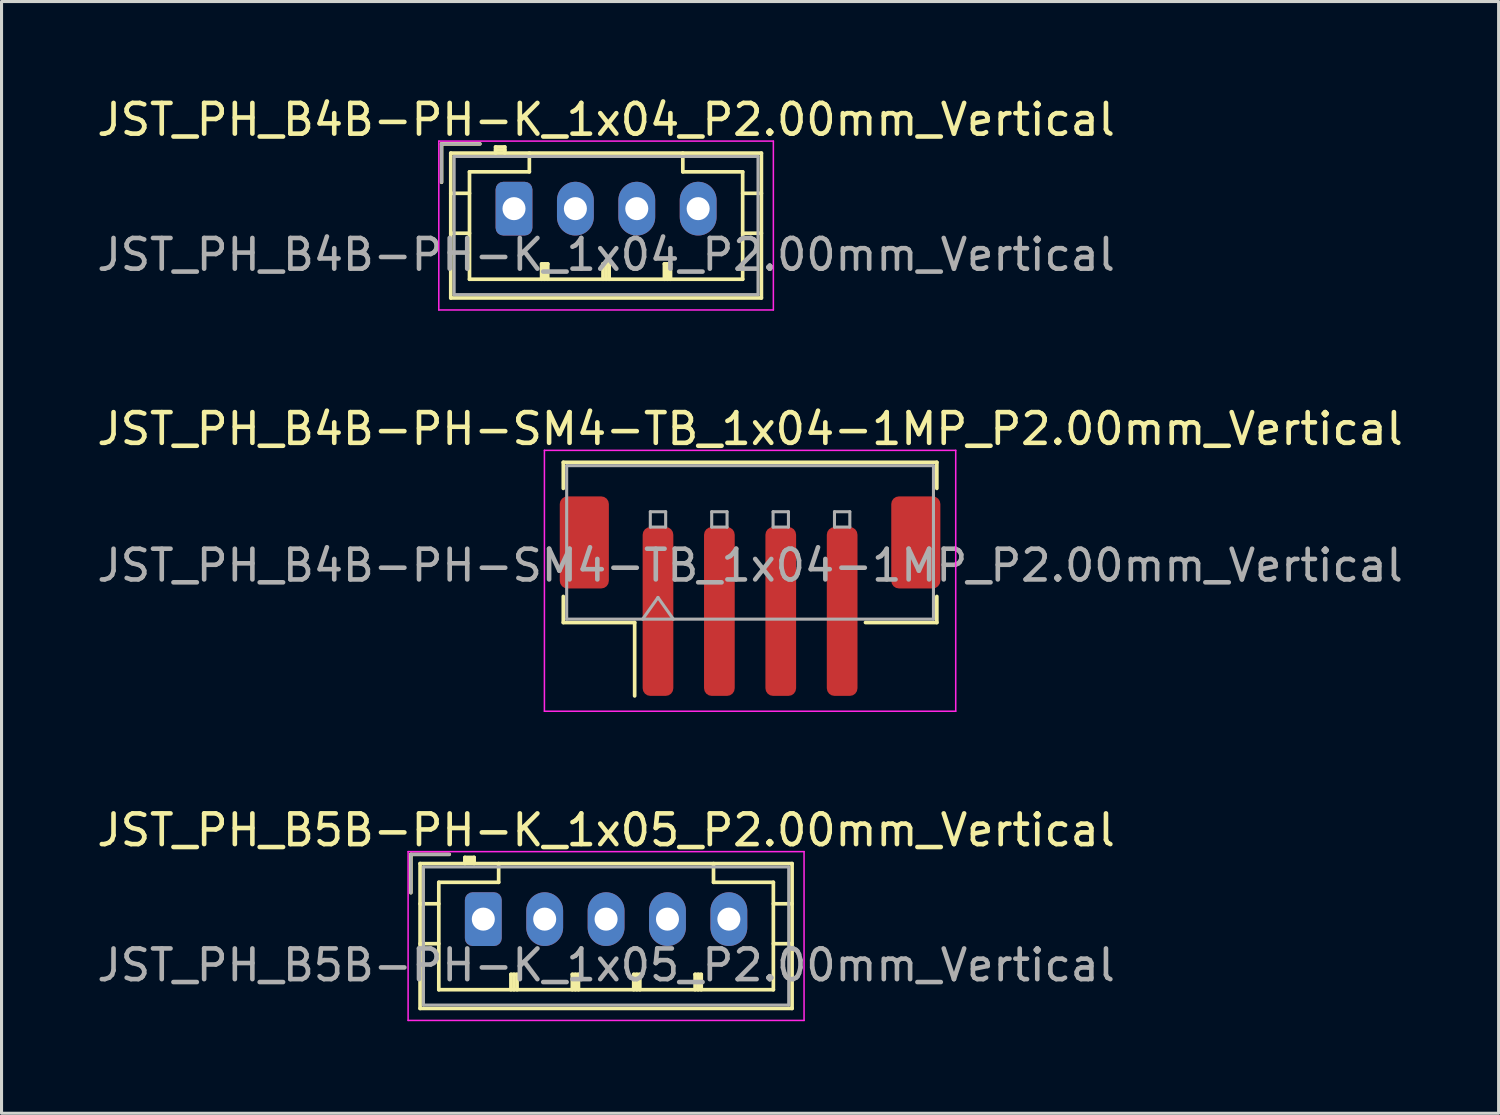
<source format=kicad_pcb>
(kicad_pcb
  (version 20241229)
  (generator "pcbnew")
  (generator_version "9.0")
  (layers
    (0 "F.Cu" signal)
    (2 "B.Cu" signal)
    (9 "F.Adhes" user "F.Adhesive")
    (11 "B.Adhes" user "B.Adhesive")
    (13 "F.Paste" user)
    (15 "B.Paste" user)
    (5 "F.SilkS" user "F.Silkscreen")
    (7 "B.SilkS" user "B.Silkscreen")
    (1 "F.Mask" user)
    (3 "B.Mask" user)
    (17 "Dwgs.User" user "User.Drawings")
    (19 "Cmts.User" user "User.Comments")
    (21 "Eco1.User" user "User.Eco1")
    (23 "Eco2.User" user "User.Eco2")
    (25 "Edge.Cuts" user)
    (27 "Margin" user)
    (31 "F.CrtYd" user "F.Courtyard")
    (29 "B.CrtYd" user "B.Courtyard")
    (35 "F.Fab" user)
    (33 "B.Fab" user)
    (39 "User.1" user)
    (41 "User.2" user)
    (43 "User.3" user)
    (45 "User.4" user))
  (footprint "JST_PH_B5B-PH-K_1x05_P2.00mm_Vertical"
    (layer "F.Cu")
    (at 12.696 26.895)
    (property "Reference" "JST_PH_B5B-PH-K_1x05_P2.00mm_Vertical" (at 4 -2.9 0) (layer "F.SilkS") (effects (font (size 1 1) (thickness 0.15))))
    (attr through_hole)
    (fp_line (start -2.36 -2.11) (end -2.36 -0.86) (stroke (width 0.12) (type solid)) (layer "F.SilkS"))
    (fp_line (start -2.06 -1.81) (end -2.06 2.91) (stroke (width 0.12) (type solid)) (layer "F.SilkS"))
    (fp_line (start -2.06 -0.5) (end -1.45 -0.5) (stroke (width 0.12) (type solid)) (layer "F.SilkS"))
    (fp_line (start -2.06 0.8) (end -1.45 0.8) (stroke (width 0.12) (type solid)) (layer "F.SilkS"))
    (fp_line (start -2.06 2.91) (end 10.06 2.91) (stroke (width 0.12) (type solid)) (layer "F.SilkS"))
    (fp_line (start -1.45 -1.2) (end -1.45 2.3) (stroke (width 0.12) (type solid)) (layer "F.SilkS"))
    (fp_line (start -1.45 2.3) (end 9.45 2.3) (stroke (width 0.12) (type solid)) (layer "F.SilkS"))
    (fp_line (start -1.11 -2.11) (end -2.36 -2.11) (stroke (width 0.12) (type solid)) (layer "F.SilkS"))
    (fp_line (start -0.6 -2.01) (end -0.6 -1.81) (stroke (width 0.12) (type solid)) (layer "F.SilkS"))
    (fp_line (start -0.3 -2.01) (end -0.6 -2.01) (stroke (width 0.12) (type solid)) (layer "F.SilkS"))
    (fp_line (start -0.3 -1.91) (end -0.6 -1.91) (stroke (width 0.12) (type solid)) (layer "F.SilkS"))
    (fp_line (start -0.3 -1.81) (end -0.3 -2.01) (stroke (width 0.12) (type solid)) (layer "F.SilkS"))
    (fp_line (start 0.5 -1.81) (end 0.5 -1.2) (stroke (width 0.12) (type solid)) (layer "F.SilkS"))
    (fp_line (start 0.5 -1.2) (end -1.45 -1.2) (stroke (width 0.12) (type solid)) (layer "F.SilkS"))
    (fp_line (start 0.9 1.8) (end 1.1 1.8) (stroke (width 0.12) (type solid)) (layer "F.SilkS"))
    (fp_line (start 0.9 2.3) (end 0.9 1.8) (stroke (width 0.12) (type solid)) (layer "F.SilkS"))
    (fp_line (start 1 2.3) (end 1 1.8) (stroke (width 0.12) (type solid)) (layer "F.SilkS"))
    (fp_line (start 1.1 1.8) (end 1.1 2.3) (stroke (width 0.12) (type solid)) (layer "F.SilkS"))
    (fp_line (start 2.9 1.8) (end 3.1 1.8) (stroke (width 0.12) (type solid)) (layer "F.SilkS"))
    (fp_line (start 2.9 2.3) (end 2.9 1.8) (stroke (width 0.12) (type solid)) (layer "F.SilkS"))
    (fp_line (start 3 2.3) (end 3 1.8) (stroke (width 0.12) (type solid)) (layer "F.SilkS"))
    (fp_line (start 3.1 1.8) (end 3.1 2.3) (stroke (width 0.12) (type solid)) (layer "F.SilkS"))
    (fp_line (start 4.9 1.8) (end 5.1 1.8) (stroke (width 0.12) (type solid)) (layer "F.SilkS"))
    (fp_line (start 4.9 2.3) (end 4.9 1.8) (stroke (width 0.12) (type solid)) (layer "F.SilkS"))
    (fp_line (start 5 2.3) (end 5 1.8) (stroke (width 0.12) (type solid)) (layer "F.SilkS"))
    (fp_line (start 5.1 1.8) (end 5.1 2.3) (stroke (width 0.12) (type solid)) (layer "F.SilkS"))
    (fp_line (start 6.9 1.8) (end 7.1 1.8) (stroke (width 0.12) (type solid)) (layer "F.SilkS"))
    (fp_line (start 6.9 2.3) (end 6.9 1.8) (stroke (width 0.12) (type solid)) (layer "F.SilkS"))
    (fp_line (start 7 2.3) (end 7 1.8) (stroke (width 0.12) (type solid)) (layer "F.SilkS"))
    (fp_line (start 7.1 1.8) (end 7.1 2.3) (stroke (width 0.12) (type solid)) (layer "F.SilkS"))
    (fp_line (start 7.5 -1.2) (end 7.5 -1.81) (stroke (width 0.12) (type solid)) (layer "F.SilkS"))
    (fp_line (start 9.45 -1.2) (end 7.5 -1.2) (stroke (width 0.12) (type solid)) (layer "F.SilkS"))
    (fp_line (start 9.45 2.3) (end 9.45 -1.2) (stroke (width 0.12) (type solid)) (layer "F.SilkS"))
    (fp_line (start 10.06 -1.81) (end -2.06 -1.81) (stroke (width 0.12) (type solid)) (layer "F.SilkS"))
    (fp_line (start 10.06 -0.5) (end 9.45 -0.5) (stroke (width 0.12) (type solid)) (layer "F.SilkS"))
    (fp_line (start 10.06 0.8) (end 9.45 0.8) (stroke (width 0.12) (type solid)) (layer "F.SilkS"))
    (fp_line (start 10.06 2.91) (end 10.06 -1.81) (stroke (width 0.12) (type solid)) (layer "F.SilkS"))
    (fp_line (start -2.45 -2.2) (end -2.45 3.3) (stroke (width 0.05) (type solid)) (layer "F.CrtYd"))
    (fp_line (start -2.45 3.3) (end 10.45 3.3) (stroke (width 0.05) (type solid)) (layer "F.CrtYd"))
    (fp_line (start 10.45 -2.2) (end -2.45 -2.2) (stroke (width 0.05) (type solid)) (layer "F.CrtYd"))
    (fp_line (start 10.45 3.3) (end 10.45 -2.2) (stroke (width 0.05) (type solid)) (layer "F.CrtYd"))
    (fp_line (start -2.36 -2.11) (end -2.36 -0.86) (stroke (width 0.1) (type solid)) (layer "F.Fab"))
    (fp_line (start -1.95 -1.7) (end -1.95 2.8) (stroke (width 0.1) (type solid)) (layer "F.Fab"))
    (fp_line (start -1.95 2.8) (end 9.95 2.8) (stroke (width 0.1) (type solid)) (layer "F.Fab"))
    (fp_line (start -1.11 -2.11) (end -2.36 -2.11) (stroke (width 0.1) (type solid)) (layer "F.Fab"))
    (fp_line (start 9.95 -1.7) (end -1.95 -1.7) (stroke (width 0.1) (type solid)) (layer "F.Fab"))
    (fp_line (start 9.95 2.8) (end 9.95 -1.7) (stroke (width 0.1) (type solid)) (layer "F.Fab"))
    (fp_text user "${REFERENCE}" (at 4 1.5 0) (layer "F.Fab") (effects (font (size 1 1) (thickness 0.15))))
    (pad "1" thru_hole roundrect (at 0 0) (size 1.2 1.75) (drill 0.75) (layers "*.Cu" "*.Mask") (roundrect_rratio 0.208))
    (pad "2" thru_hole oval (at 2 0) (size 1.2 1.75) (drill 0.75) (layers "*.Cu" "*.Mask"))
    (pad "3" thru_hole oval (at 4 0) (size 1.2 1.75) (drill 0.75) (layers "*.Cu" "*.Mask"))
    (pad "4" thru_hole oval (at 6 0) (size 1.2 1.75) (drill 0.75) (layers "*.Cu" "*.Mask"))
    (pad "5" thru_hole oval (at 8 0) (size 1.2 1.75) (drill 0.75) (layers "*.Cu" "*.Mask")))
  (footprint "JST_PH_B4B-PH-K_1x04_P2.00mm_Vertical"
    (layer "F.Cu")
    (at 13.696 3.748)
    (property "Reference" "JST_PH_B4B-PH-K_1x04_P2.00mm_Vertical" (at 3 -2.9 0) (layer "F.SilkS") (effects (font (size 1 1) (thickness 0.15))))
    (attr through_hole)
    (fp_line (start -2.36 -2.11) (end -2.36 -0.86) (stroke (width 0.12) (type solid)) (layer "F.SilkS"))
    (fp_line (start -2.06 -1.81) (end -2.06 2.91) (stroke (width 0.12) (type solid)) (layer "F.SilkS"))
    (fp_line (start -2.06 -0.5) (end -1.45 -0.5) (stroke (width 0.12) (type solid)) (layer "F.SilkS"))
    (fp_line (start -2.06 0.8) (end -1.45 0.8) (stroke (width 0.12) (type solid)) (layer "F.SilkS"))
    (fp_line (start -2.06 2.91) (end 8.06 2.91) (stroke (width 0.12) (type solid)) (layer "F.SilkS"))
    (fp_line (start -1.45 -1.2) (end -1.45 2.3) (stroke (width 0.12) (type solid)) (layer "F.SilkS"))
    (fp_line (start -1.45 2.3) (end 7.45 2.3) (stroke (width 0.12) (type solid)) (layer "F.SilkS"))
    (fp_line (start -1.11 -2.11) (end -2.36 -2.11) (stroke (width 0.12) (type solid)) (layer "F.SilkS"))
    (fp_line (start -0.6 -2.01) (end -0.6 -1.81) (stroke (width 0.12) (type solid)) (layer "F.SilkS"))
    (fp_line (start -0.3 -2.01) (end -0.6 -2.01) (stroke (width 0.12) (type solid)) (layer "F.SilkS"))
    (fp_line (start -0.3 -1.91) (end -0.6 -1.91) (stroke (width 0.12) (type solid)) (layer "F.SilkS"))
    (fp_line (start -0.3 -1.81) (end -0.3 -2.01) (stroke (width 0.12) (type solid)) (layer "F.SilkS"))
    (fp_line (start 0.5 -1.81) (end 0.5 -1.2) (stroke (width 0.12) (type solid)) (layer "F.SilkS"))
    (fp_line (start 0.5 -1.2) (end -1.45 -1.2) (stroke (width 0.12) (type solid)) (layer "F.SilkS"))
    (fp_line (start 0.9 1.8) (end 1.1 1.8) (stroke (width 0.12) (type solid)) (layer "F.SilkS"))
    (fp_line (start 0.9 2.3) (end 0.9 1.8) (stroke (width 0.12) (type solid)) (layer "F.SilkS"))
    (fp_line (start 1 2.3) (end 1 1.8) (stroke (width 0.12) (type solid)) (layer "F.SilkS"))
    (fp_line (start 1.1 1.8) (end 1.1 2.3) (stroke (width 0.12) (type solid)) (layer "F.SilkS"))
    (fp_line (start 2.9 1.8) (end 3.1 1.8) (stroke (width 0.12) (type solid)) (layer "F.SilkS"))
    (fp_line (start 2.9 2.3) (end 2.9 1.8) (stroke (width 0.12) (type solid)) (layer "F.SilkS"))
    (fp_line (start 3 2.3) (end 3 1.8) (stroke (width 0.12) (type solid)) (layer "F.SilkS"))
    (fp_line (start 3.1 1.8) (end 3.1 2.3) (stroke (width 0.12) (type solid)) (layer "F.SilkS"))
    (fp_line (start 4.9 1.8) (end 5.1 1.8) (stroke (width 0.12) (type solid)) (layer "F.SilkS"))
    (fp_line (start 4.9 2.3) (end 4.9 1.8) (stroke (width 0.12) (type solid)) (layer "F.SilkS"))
    (fp_line (start 5 2.3) (end 5 1.8) (stroke (width 0.12) (type solid)) (layer "F.SilkS"))
    (fp_line (start 5.1 1.8) (end 5.1 2.3) (stroke (width 0.12) (type solid)) (layer "F.SilkS"))
    (fp_line (start 5.5 -1.2) (end 5.5 -1.81) (stroke (width 0.12) (type solid)) (layer "F.SilkS"))
    (fp_line (start 7.45 -1.2) (end 5.5 -1.2) (stroke (width 0.12) (type solid)) (layer "F.SilkS"))
    (fp_line (start 7.45 2.3) (end 7.45 -1.2) (stroke (width 0.12) (type solid)) (layer "F.SilkS"))
    (fp_line (start 8.06 -1.81) (end -2.06 -1.81) (stroke (width 0.12) (type solid)) (layer "F.SilkS"))
    (fp_line (start 8.06 -0.5) (end 7.45 -0.5) (stroke (width 0.12) (type solid)) (layer "F.SilkS"))
    (fp_line (start 8.06 0.8) (end 7.45 0.8) (stroke (width 0.12) (type solid)) (layer "F.SilkS"))
    (fp_line (start 8.06 2.91) (end 8.06 -1.81) (stroke (width 0.12) (type solid)) (layer "F.SilkS"))
    (fp_line (start -2.45 -2.2) (end -2.45 3.3) (stroke (width 0.05) (type solid)) (layer "F.CrtYd"))
    (fp_line (start -2.45 3.3) (end 8.45 3.3) (stroke (width 0.05) (type solid)) (layer "F.CrtYd"))
    (fp_line (start 8.45 -2.2) (end -2.45 -2.2) (stroke (width 0.05) (type solid)) (layer "F.CrtYd"))
    (fp_line (start 8.45 3.3) (end 8.45 -2.2) (stroke (width 0.05) (type solid)) (layer "F.CrtYd"))
    (fp_line (start -2.36 -2.11) (end -2.36 -0.86) (stroke (width 0.1) (type solid)) (layer "F.Fab"))
    (fp_line (start -1.95 -1.7) (end -1.95 2.8) (stroke (width 0.1) (type solid)) (layer "F.Fab"))
    (fp_line (start -1.95 2.8) (end 7.95 2.8) (stroke (width 0.1) (type solid)) (layer "F.Fab"))
    (fp_line (start -1.11 -2.11) (end -2.36 -2.11) (stroke (width 0.1) (type solid)) (layer "F.Fab"))
    (fp_line (start 7.95 -1.7) (end -1.95 -1.7) (stroke (width 0.1) (type solid)) (layer "F.Fab"))
    (fp_line (start 7.95 2.8) (end 7.95 -1.7) (stroke (width 0.1) (type solid)) (layer "F.Fab"))
    (fp_text user "${REFERENCE}" (at 3 1.5 0) (layer "F.Fab") (effects (font (size 1 1) (thickness 0.15))))
    (pad "1" thru_hole roundrect (at 0 0) (size 1.2 1.75) (drill 0.75) (layers "*.Cu" "*.Mask") (roundrect_rratio 0.208))
    (pad "2" thru_hole oval (at 2 0) (size 1.2 1.75) (drill 0.75) (layers "*.Cu" "*.Mask"))
    (pad "3" thru_hole oval (at 4 0) (size 1.2 1.75) (drill 0.75) (layers "*.Cu" "*.Mask"))
    (pad "4" thru_hole oval (at 6 0) (size 1.2 1.75) (drill 0.75) (layers "*.Cu" "*.Mask")))
  (footprint "JST_PH_B4B-PH-SM4-TB_1x04-1MP_P2.00mm_Vertical"
    (layer "F.Cu")
    (at 21.387 16.372)
    (property "Reference" "JST_PH_B4B-PH-SM4-TB_1x04-1MP_P2.00mm_Vertical" (at 0 -5.45 0) (layer "F.SilkS") (effects (font (size 1 1) (thickness 0.15))))
    (attr smd)
    (fp_line (start -6.085 -4.36) (end 6.085 -4.36) (stroke (width 0.12) (type solid)) (layer "F.SilkS"))
    (fp_line (start -6.085 -3.51) (end -6.085 -4.36) (stroke (width 0.12) (type solid)) (layer "F.SilkS"))
    (fp_line (start -6.085 0.01) (end -6.085 0.86) (stroke (width 0.12) (type solid)) (layer "F.SilkS"))
    (fp_line (start -6.085 0.86) (end -3.76 0.86) (stroke (width 0.12) (type solid)) (layer "F.SilkS"))
    (fp_line (start -3.76 0.86) (end -3.76 3.25) (stroke (width 0.12) (type solid)) (layer "F.SilkS"))
    (fp_line (start 6.085 -4.36) (end 6.085 -3.51) (stroke (width 0.12) (type solid)) (layer "F.SilkS"))
    (fp_line (start 6.085 0.01) (end 6.085 0.86) (stroke (width 0.12) (type solid)) (layer "F.SilkS"))
    (fp_line (start 6.085 0.86) (end 3.76 0.86) (stroke (width 0.12) (type solid)) (layer "F.SilkS"))
    (fp_line (start -6.7 -4.75) (end -6.7 3.75) (stroke (width 0.05) (type solid)) (layer "F.CrtYd"))
    (fp_line (start -6.7 3.75) (end 6.7 3.75) (stroke (width 0.05) (type solid)) (layer "F.CrtYd"))
    (fp_line (start 6.7 -4.75) (end -6.7 -4.75) (stroke (width 0.05) (type solid)) (layer "F.CrtYd"))
    (fp_line (start 6.7 3.75) (end 6.7 -4.75) (stroke (width 0.05) (type solid)) (layer "F.CrtYd"))
    (fp_line (start -5.975 -4.25) (end 5.975 -4.25) (stroke (width 0.1) (type solid)) (layer "F.Fab"))
    (fp_line (start -5.975 0.75) (end -5.975 -4.25) (stroke (width 0.1) (type solid)) (layer "F.Fab"))
    (fp_line (start -5.975 0.75) (end 5.975 0.75) (stroke (width 0.1) (type solid)) (layer "F.Fab"))
    (fp_line (start -3.5 0.75) (end -3 0.043) (stroke (width 0.1) (type solid)) (layer "F.Fab"))
    (fp_line (start -3.25 -2.75) (end -3.25 -2.25) (stroke (width 0.1) (type solid)) (layer "F.Fab"))
    (fp_line (start -3.25 -2.25) (end -2.75 -2.25) (stroke (width 0.1) (type solid)) (layer "F.Fab"))
    (fp_line (start -3 0.043) (end -2.5 0.75) (stroke (width 0.1) (type solid)) (layer "F.Fab"))
    (fp_line (start -2.75 -2.75) (end -3.25 -2.75) (stroke (width 0.1) (type solid)) (layer "F.Fab"))
    (fp_line (start -2.75 -2.25) (end -2.75 -2.75) (stroke (width 0.1) (type solid)) (layer "F.Fab"))
    (fp_line (start -1.25 -2.75) (end -1.25 -2.25) (stroke (width 0.1) (type solid)) (layer "F.Fab"))
    (fp_line (start -1.25 -2.25) (end -0.75 -2.25) (stroke (width 0.1) (type solid)) (layer "F.Fab"))
    (fp_line (start -0.75 -2.75) (end -1.25 -2.75) (stroke (width 0.1) (type solid)) (layer "F.Fab"))
    (fp_line (start -0.75 -2.25) (end -0.75 -2.75) (stroke (width 0.1) (type solid)) (layer "F.Fab"))
    (fp_line (start 0.75 -2.75) (end 0.75 -2.25) (stroke (width 0.1) (type solid)) (layer "F.Fab"))
    (fp_line (start 0.75 -2.25) (end 1.25 -2.25) (stroke (width 0.1) (type solid)) (layer "F.Fab"))
    (fp_line (start 1.25 -2.75) (end 0.75 -2.75) (stroke (width 0.1) (type solid)) (layer "F.Fab"))
    (fp_line (start 1.25 -2.25) (end 1.25 -2.75) (stroke (width 0.1) (type solid)) (layer "F.Fab"))
    (fp_line (start 2.75 -2.75) (end 2.75 -2.25) (stroke (width 0.1) (type solid)) (layer "F.Fab"))
    (fp_line (start 2.75 -2.25) (end 3.25 -2.25) (stroke (width 0.1) (type solid)) (layer "F.Fab"))
    (fp_line (start 3.25 -2.75) (end 2.75 -2.75) (stroke (width 0.1) (type solid)) (layer "F.Fab"))
    (fp_line (start 3.25 -2.25) (end 3.25 -2.75) (stroke (width 0.1) (type solid)) (layer "F.Fab"))
    (fp_line (start 5.975 0.75) (end 5.975 -4.25) (stroke (width 0.1) (type solid)) (layer "F.Fab"))
    (fp_text user "${REFERENCE}" (at 0 -1 0) (layer "F.Fab") (effects (font (size 1 1) (thickness 0.15))))
    (pad "1" smd roundrect (at -3 0.5) (size 1 5.5) (layers "F.Cu" "F.Mask" "F.Paste") (roundrect_rratio 0.25))
    (pad "2" smd roundrect (at -1 0.5) (size 1 5.5) (layers "F.Cu" "F.Mask" "F.Paste") (roundrect_rratio 0.25))
    (pad "3" smd roundrect (at 1 0.5) (size 1 5.5) (layers "F.Cu" "F.Mask" "F.Paste") (roundrect_rratio 0.25))
    (pad "4" smd roundrect (at 3 0.5) (size 1 5.5) (layers "F.Cu" "F.Mask" "F.Paste") (roundrect_rratio 0.25))
    (pad "MP" smd roundrect (at -5.4 -1.75) (size 1.6 3) (layers "F.Cu" "F.Mask" "F.Paste") (roundrect_rratio 0.156))
    (pad "MP" smd roundrect (at 5.4 -1.75) (size 1.6 3) (layers "F.Cu" "F.Mask" "F.Paste") (roundrect_rratio 0.156)))
  (gr_rect
    (start -3 -3)
    (end 45.774 33.22)
    (stroke (width 0.1) (type default))
    (fill no)
    (layer "Edge.Cuts")))
</source>
